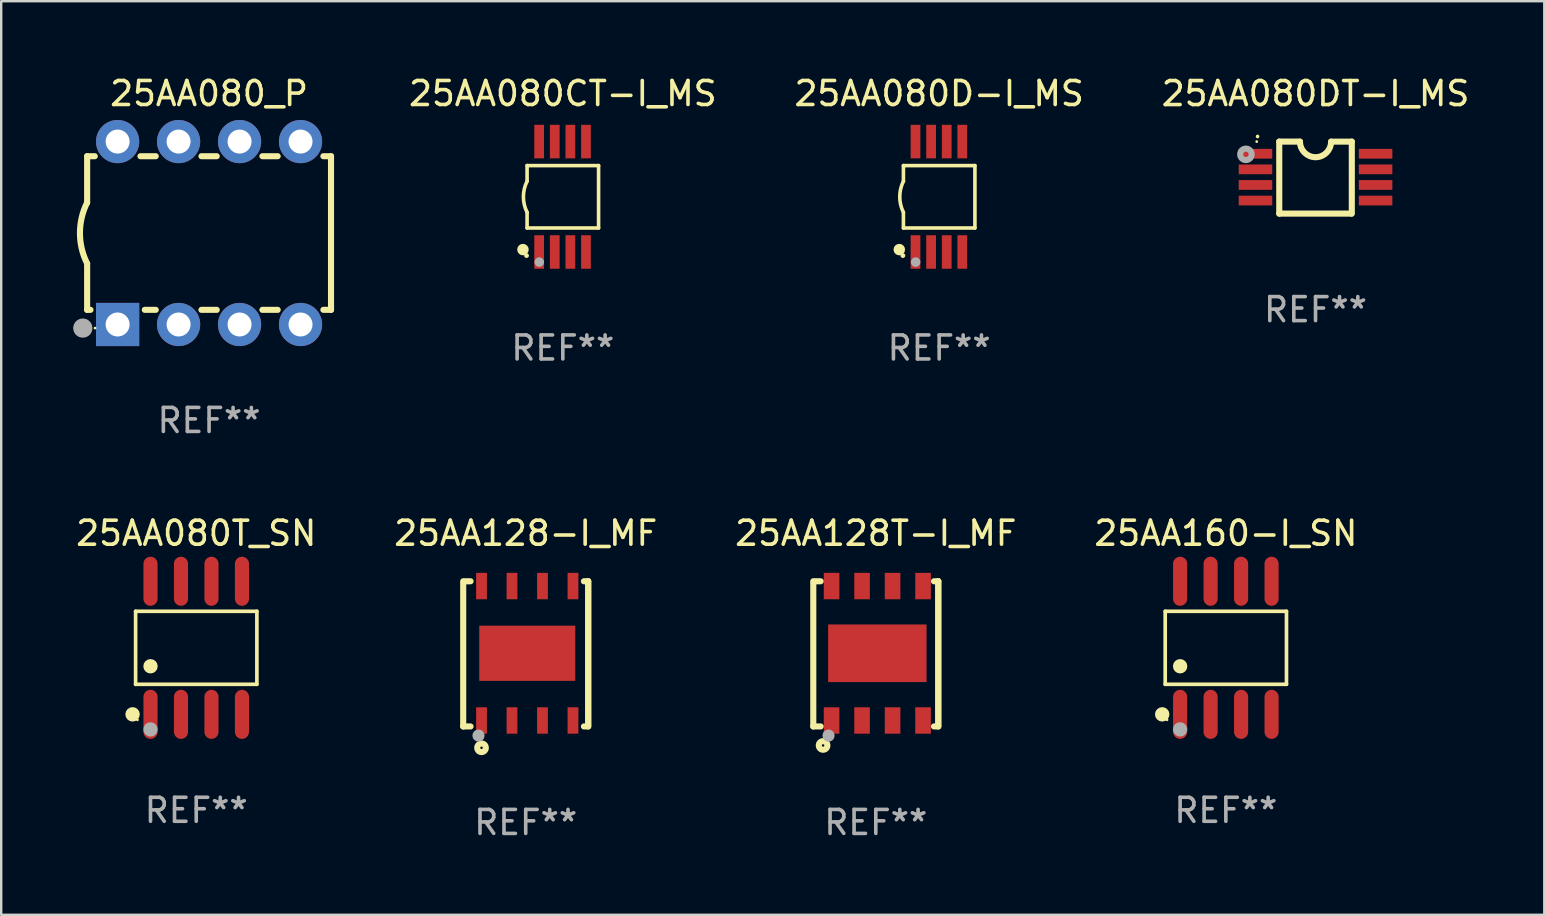
<source format=kicad_pcb>
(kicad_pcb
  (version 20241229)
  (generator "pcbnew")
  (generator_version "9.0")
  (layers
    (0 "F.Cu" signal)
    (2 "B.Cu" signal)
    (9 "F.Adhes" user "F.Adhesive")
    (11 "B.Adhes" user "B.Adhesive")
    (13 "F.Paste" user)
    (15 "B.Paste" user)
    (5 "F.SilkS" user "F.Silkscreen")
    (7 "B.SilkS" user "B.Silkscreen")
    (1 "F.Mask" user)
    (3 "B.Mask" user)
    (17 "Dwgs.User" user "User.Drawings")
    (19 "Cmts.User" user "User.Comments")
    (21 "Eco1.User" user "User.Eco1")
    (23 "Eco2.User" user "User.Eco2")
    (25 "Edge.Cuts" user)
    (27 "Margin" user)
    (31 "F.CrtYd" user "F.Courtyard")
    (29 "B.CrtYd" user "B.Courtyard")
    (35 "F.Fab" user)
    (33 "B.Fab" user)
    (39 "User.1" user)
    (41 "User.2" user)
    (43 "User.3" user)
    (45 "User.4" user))
  (footprint "25AA080CT-I_MS"
    (layer "F.Cu")
    (at 20.397 5.148)
    (property "Reference" "25AA080CT-I_MS" (at 0 -4.3 0) (layer "F.SilkS") (effects (font (size 1 1) (thickness 0.15))))
    (attr through_hole)
    (fp_line (start -1.489 -1.3) (end -1.489 -0.648) (stroke (width 0.15) (type solid)) (layer "F.SilkS"))
    (fp_line (start -1.489 0.648) (end -1.489 1.3) (stroke (width 0.15) (type solid)) (layer "F.SilkS"))
    (fp_line (start -1.489 1.3) (end 1.489 1.3) (stroke (width 0.15) (type solid)) (layer "F.SilkS"))
    (fp_line (start 1.489 -1.3) (end -1.489 -1.3) (stroke (width 0.15) (type solid)) (layer "F.SilkS"))
    (fp_line (start 1.489 1.3) (end 1.489 -1.3) (stroke (width 0.15) (type solid)) (layer "F.SilkS"))
    (fp_arc (start -1.489205 0.647702) (mid -1.642107 0) (end -1.489205 -0.647701) (stroke (width 0.150013) (type solid)) (layer "F.SilkS"))
    (fp_circle (center -1.661 2.2) (end -1.541 2.2) (stroke (width 0.24) (type solid)) (fill no) (layer "F.SilkS"))
    (fp_circle (center -1.511 2.45) (end -1.461 2.45) (stroke (width 0.1) (type solid)) (fill no) (layer "F.SilkS"))
    (fp_circle (center -0.981 2.72) (end -0.881 2.72) (stroke (width 0.2) (type solid)) (fill no) (layer "F.Fab"))
    (fp_text user "REF**" (at 0 6.3 0) (layer "F.Fab") (effects (font (size 1 1) (thickness 0.15))))
    (pad "1" smd rect (at -0.986 2.3) (size 0.406 1.397) (layers "F.Cu" "F.Mask" "F.Paste"))
    (pad "2" smd rect (at -0.336 2.3) (size 0.406 1.397) (layers "F.Cu" "F.Mask" "F.Paste"))
    (pad "3" smd rect (at 0.314 2.3) (size 0.406 1.397) (layers "F.Cu" "F.Mask" "F.Paste"))
    (pad "4" smd rect (at 0.964 2.3) (size 0.406 1.397) (layers "F.Cu" "F.Mask" "F.Paste"))
    (pad "5" smd rect (at 0.964 -2.3) (size 0.406 1.397) (layers "F.Cu" "F.Mask" "F.Paste"))
    (pad "6" smd rect (at 0.314 -2.3) (size 0.406 1.397) (layers "F.Cu" "F.Mask" "F.Paste"))
    (pad "7" smd rect (at -0.336 -2.3) (size 0.406 1.397) (layers "F.Cu" "F.Mask" "F.Paste"))
    (pad "8" smd rect (at -0.986 -2.3) (size 0.406 1.397) (layers "F.Cu" "F.Mask" "F.Paste")))
  (footprint "25AA080_P"
    (layer "F.Cu")
    (at 5.66 6.658)
    (property "Reference" "25AA080_P" (at 0 -5.81 0) (layer "F.SilkS") (effects (font (size 1 1) (thickness 0.15))))
    (attr through_hole)
    (fp_line (start -5.08 -3.2) (end -4.762 -3.2) (stroke (width 0.254) (type solid)) (layer "F.SilkS"))
    (fp_line (start -5.08 -1.27) (end -5.08 -3.2) (stroke (width 0.254) (type solid)) (layer "F.SilkS"))
    (fp_line (start -5.08 3.2) (end -5.08 1.27) (stroke (width 0.254) (type solid)) (layer "F.SilkS"))
    (fp_line (start -5.08 3.2) (end -4.941 3.2) (stroke (width 0.254) (type solid)) (layer "F.SilkS"))
    (fp_line (start -2.858 -3.2) (end -2.222 -3.2) (stroke (width 0.254) (type solid)) (layer "F.SilkS"))
    (fp_line (start -2.679 3.2) (end -2.222 3.2) (stroke (width 0.254) (type solid)) (layer "F.SilkS"))
    (fp_line (start -0.318 -3.2) (end 0.318 -3.2) (stroke (width 0.254) (type solid)) (layer "F.SilkS"))
    (fp_line (start -0.318 3.2) (end 0.318 3.2) (stroke (width 0.254) (type solid)) (layer "F.SilkS"))
    (fp_line (start 2.222 -3.2) (end 2.858 -3.2) (stroke (width 0.254) (type solid)) (layer "F.SilkS"))
    (fp_line (start 2.222 3.2) (end 2.858 3.2) (stroke (width 0.254) (type solid)) (layer "F.SilkS"))
    (fp_line (start 4.762 -3.2) (end 5.08 -3.2) (stroke (width 0.254) (type solid)) (layer "F.SilkS"))
    (fp_line (start 4.762 3.2) (end 5.08 3.2) (stroke (width 0.254) (type solid)) (layer "F.SilkS"))
    (fp_line (start 5.08 3.2) (end 5.08 -3.2) (stroke (width 0.254) (type solid)) (layer "F.SilkS"))
    (fp_arc (start -5.080011 1.270002) (mid -5.379818 -0.000001) (end -5.08001 -1.270003) (stroke (width 0.254001) (type solid)) (layer "F.SilkS"))
    (fp_circle (center -4.75 3.96) (end -4.72 3.96) (stroke (width 0.06) (type solid)) (fill no) (layer "F.SilkS"))
    (fp_circle (center -5.26 3.96) (end -5.06 3.96) (stroke (width 0.4) (type solid)) (fill no) (layer "F.Fab"))
    (fp_text user "REF**" (at 0 7.81 0) (layer "F.Fab") (effects (font (size 1 1) (thickness 0.15))))
    (pad "1" thru_hole rect (at -3.81 3.81) (size 1.8 1.8) (drill 1) (layers "*.Cu" "*.Mask"))
    (pad "2" thru_hole circle (at -1.27 3.81) (size 1.8 1.8) (drill 1) (layers "*.Cu" "*.Mask"))
    (pad "3" thru_hole circle (at 1.27 3.81) (size 1.8 1.8) (drill 1) (layers "*.Cu" "*.Mask"))
    (pad "4" thru_hole circle (at 3.81 3.81) (size 1.8 1.8) (drill 1) (layers "*.Cu" "*.Mask"))
    (pad "5" thru_hole circle (at 3.81 -3.81) (size 1.8 1.8) (drill 1) (layers "*.Cu" "*.Mask"))
    (pad "6" thru_hole circle (at 1.27 -3.81) (size 1.8 1.8) (drill 1) (layers "*.Cu" "*.Mask"))
    (pad "7" thru_hole circle (at -1.27 -3.81) (size 1.8 1.8) (drill 1) (layers "*.Cu" "*.Mask"))
    (pad "8" thru_hole circle (at -3.81 -3.81) (size 1.8 1.8) (drill 1) (layers "*.Cu" "*.Mask")))
  (footprint "25AA080DT-I_MS"
    (layer "F.Cu")
    (at 51.754 4.35)
    (property "Reference" "25AA080DT-I_MS" (at 0 -3.501 0) (layer "F.SilkS") (effects (font (size 1 1) (thickness 0.15))))
    (attr through_hole)
    (fp_line (start -1.511 -1.501) (end -1.511 1.499) (stroke (width 0.254) (type solid)) (layer "F.SilkS"))
    (fp_line (start -1.511 -1.501) (end -0.648 -1.501) (stroke (width 0.254) (type solid)) (layer "F.SilkS"))
    (fp_line (start -1.511 1.499) (end 1.489 1.499) (stroke (width 0.254) (type solid)) (layer "F.SilkS"))
    (fp_line (start 0.648 -1.499) (end 1.511 -1.499) (stroke (width 0.254) (type solid)) (layer "F.SilkS"))
    (fp_line (start 1.511 -1.499) (end 1.511 1.501) (stroke (width 0.254) (type solid)) (layer "F.SilkS"))
    (fp_arc (start -2.41491 -1.713233) (mid -2.414916 -1.714503) (end -2.41491 -1.715773) (stroke (width 0.150013) (type solid)) (layer "F.SilkS"))
    (fp_arc (start 0.647803 -1.498603) (mid 0.000102 -0.850902) (end -0.647599 -1.498603) (stroke (width 0.254001) (type solid)) (layer "F.SilkS"))
    (fp_circle (center -2.45 -1.501) (end -2.42 -1.501) (stroke (width 0.06) (type solid)) (fill no) (layer "F.SilkS"))
    (fp_circle (center -2.9 -0.97) (end -2.788 -0.97) (stroke (width 0.254) (type solid)) (fill no) (layer "F.Fab"))
    (fp_text user "REF**" (at 0 5.501 0) (layer "F.Fab") (effects (font (size 1 1) (thickness 0.15))))
    (pad "1" smd rect (at -2.502 -0.995) (size 1.397 0.406) (layers "F.Cu" "F.Mask" "F.Paste"))
    (pad "2" smd rect (at -2.502 -0.345) (size 1.397 0.406) (layers "F.Cu" "F.Mask" "F.Paste"))
    (pad "3" smd rect (at -2.502 0.305) (size 1.397 0.406) (layers "F.Cu" "F.Mask" "F.Paste"))
    (pad "4" smd rect (at -2.502 0.955) (size 1.397 0.406) (layers "F.Cu" "F.Mask" "F.Paste"))
    (pad "5" smd rect (at 2.502 0.955) (size 1.397 0.406) (layers "F.Cu" "F.Mask" "F.Paste"))
    (pad "6" smd rect (at 2.502 0.305) (size 1.397 0.406) (layers "F.Cu" "F.Mask" "F.Paste"))
    (pad "7" smd rect (at 2.502 -0.345) (size 1.397 0.406) (layers "F.Cu" "F.Mask" "F.Paste"))
    (pad "8" smd rect (at 2.502 -0.995) (size 1.397 0.406) (layers "F.Cu" "F.Mask" "F.Paste")))
  (footprint "25AA128-I_MF"
    (layer "F.Cu")
    (at 18.851 24.189)
    (property "Reference" "25AA128-I_MF" (at 0 -5.024 0) (layer "F.SilkS") (effects (font (size 1 1) (thickness 0.15))))
    (attr through_hole)
    (fp_line (start -2.604 -2.945) (end -2.604 3.024) (stroke (width 0.254) (type solid)) (layer "F.SilkS"))
    (fp_line (start -2.604 3.024) (end -2.298 3.024) (stroke (width 0.254) (type solid)) (layer "F.SilkS"))
    (fp_line (start -2.298 -3.024) (end -2.604 -3.024) (stroke (width 0.254) (type solid)) (layer "F.SilkS"))
    (fp_line (start 2.425 3.024) (end 2.604 3.024) (stroke (width 0.254) (type solid)) (layer "F.SilkS"))
    (fp_line (start 2.604 -3.024) (end 2.425 -3.024) (stroke (width 0.254) (type solid)) (layer "F.SilkS"))
    (fp_line (start 2.604 -3.024) (end 2.604 2.976) (stroke (width 0.254) (type solid)) (layer "F.SilkS"))
    (fp_line (start 2.604 3.024) (end 2.604 -3.024) (stroke (width 0.254) (type solid)) (layer "F.SilkS"))
    (fp_circle (center -2.436 2.976) (end -2.406 2.976) (stroke (width 0.06) (type solid)) (fill no) (layer "F.SilkS"))
    (fp_circle (center -1.841 3.913) (end -1.662 3.913) (stroke (width 0.254) (type solid)) (fill no) (layer "F.SilkS"))
    (fp_circle (center -1.968 3.405) (end -1.841 3.405) (stroke (width 0.254) (type solid)) (fill no) (layer "F.Fab"))
    (fp_text user "REF**" (at 0 7.024 0) (layer "F.Fab") (effects (font (size 1 1) (thickness 0.15))))
    (pad "1" smd rect (at -1.841 2.776) (size 0.45 1.1) (layers "F.Cu" "F.Mask" "F.Paste"))
    (pad "2" smd rect (at -0.571 2.776) (size 0.45 1.1) (layers "F.Cu" "F.Mask" "F.Paste"))
    (pad "3" smd rect (at 0.699 2.776) (size 0.45 1.1) (layers "F.Cu" "F.Mask" "F.Paste"))
    (pad "4" smd rect (at 1.969 2.776) (size 0.45 1.1) (layers "F.Cu" "F.Mask" "F.Paste"))
    (pad "5" smd rect (at 1.969 -2.824) (size 0.45 1.1) (layers "F.Cu" "F.Mask" "F.Paste"))
    (pad "6" smd rect (at 0.699 -2.824) (size 0.45 1.1) (layers "F.Cu" "F.Mask" "F.Paste"))
    (pad "7" smd rect (at -0.571 -2.824) (size 0.45 1.1) (layers "F.Cu" "F.Mask" "F.Paste"))
    (pad "8" smd rect (at -1.841 -2.824) (size 0.45 1.1) (layers "F.Cu" "F.Mask" "F.Paste"))
    (pad "9" smd rect (at 0.064 -0.024) (size 4 2.3) (layers "F.Cu" "F.Mask" "F.Paste")))
  (footprint "25AA080T_SN"
    (layer "F.Cu")
    (at 5.125 23.937)
    (property "Reference" "25AA080T_SN" (at 0 -4.772 0) (layer "F.SilkS") (effects (font (size 1 1) (thickness 0.15))))
    (attr through_hole)
    (fp_line (start -2.526 -1.521) (end 2.526 -1.521) (stroke (width 0.152) (type solid)) (layer "F.SilkS"))
    (fp_line (start -2.526 1.521) (end -2.526 -1.521) (stroke (width 0.152) (type solid)) (layer "F.SilkS"))
    (fp_line (start 2.526 -1.521) (end 2.526 1.521) (stroke (width 0.152) (type solid)) (layer "F.SilkS"))
    (fp_line (start 2.526 1.521) (end -2.526 1.521) (stroke (width 0.152) (type solid)) (layer "F.SilkS"))
    (fp_circle (center -2.652 2.772) (end -2.501 2.772) (stroke (width 0.3) (type solid)) (fill no) (layer "F.SilkS"))
    (fp_circle (center -2.45 3) (end -2.42 3) (stroke (width 0.06) (type solid)) (fill no) (layer "F.SilkS"))
    (fp_circle (center -1.905 0.769) (end -1.755 0.769) (stroke (width 0.3) (type solid)) (fill no) (layer "F.SilkS"))
    (fp_circle (center -1.905 3.4) (end -1.755 3.4) (stroke (width 0.3) (type solid)) (fill no) (layer "F.Fab"))
    (fp_text user "REF**" (at 0 6.772 0) (layer "F.Fab") (effects (font (size 1 1) (thickness 0.15))))
    (pad "1" smd oval (at -1.905 2.772) (size 0.588 2.045) (layers "F.Cu" "F.Mask" "F.Paste"))
    (pad "2" smd oval (at -0.635 2.772) (size 0.588 2.045) (layers "F.Cu" "F.Mask" "F.Paste"))
    (pad "3" smd oval (at 0.635 2.772) (size 0.588 2.045) (layers "F.Cu" "F.Mask" "F.Paste"))
    (pad "4" smd oval (at 1.905 2.772) (size 0.588 2.045) (layers "F.Cu" "F.Mask" "F.Paste"))
    (pad "5" smd oval (at 1.905 -2.772) (size 0.588 2.045) (layers "F.Cu" "F.Mask" "F.Paste"))
    (pad "6" smd oval (at 0.635 -2.772) (size 0.588 2.045) (layers "F.Cu" "F.Mask" "F.Paste"))
    (pad "7" smd oval (at -0.635 -2.772) (size 0.588 2.045) (layers "F.Cu" "F.Mask" "F.Paste"))
    (pad "8" smd oval (at -1.905 -2.772) (size 0.588 2.045) (layers "F.Cu" "F.Mask" "F.Paste")))
  (footprint "25AA160-I_SN"
    (layer "F.Cu")
    (at 48.018 23.937)
    (property "Reference" "25AA160-I_SN" (at 0 -4.772 0) (layer "F.SilkS") (effects (font (size 1 1) (thickness 0.15))))
    (attr through_hole)
    (fp_line (start -2.526 -1.521) (end 2.526 -1.521) (stroke (width 0.152) (type solid)) (layer "F.SilkS"))
    (fp_line (start -2.526 1.521) (end -2.526 -1.521) (stroke (width 0.152) (type solid)) (layer "F.SilkS"))
    (fp_line (start 2.526 -1.521) (end 2.526 1.521) (stroke (width 0.152) (type solid)) (layer "F.SilkS"))
    (fp_line (start 2.526 1.521) (end -2.526 1.521) (stroke (width 0.152) (type solid)) (layer "F.SilkS"))
    (fp_circle (center -2.652 2.772) (end -2.501 2.772) (stroke (width 0.3) (type solid)) (fill no) (layer "F.SilkS"))
    (fp_circle (center -2.45 3) (end -2.42 3) (stroke (width 0.06) (type solid)) (fill no) (layer "F.SilkS"))
    (fp_circle (center -1.905 0.769) (end -1.755 0.769) (stroke (width 0.3) (type solid)) (fill no) (layer "F.SilkS"))
    (fp_circle (center -1.905 3.4) (end -1.755 3.4) (stroke (width 0.3) (type solid)) (fill no) (layer "F.Fab"))
    (fp_text user "REF**" (at 0 6.772 0) (layer "F.Fab") (effects (font (size 1 1) (thickness 0.15))))
    (pad "1" smd oval (at -1.905 2.772) (size 0.588 2.045) (layers "F.Cu" "F.Mask" "F.Paste"))
    (pad "2" smd oval (at -0.635 2.772) (size 0.588 2.045) (layers "F.Cu" "F.Mask" "F.Paste"))
    (pad "3" smd oval (at 0.635 2.772) (size 0.588 2.045) (layers "F.Cu" "F.Mask" "F.Paste"))
    (pad "4" smd oval (at 1.905 2.772) (size 0.588 2.045) (layers "F.Cu" "F.Mask" "F.Paste"))
    (pad "5" smd oval (at 1.905 -2.772) (size 0.588 2.045) (layers "F.Cu" "F.Mask" "F.Paste"))
    (pad "6" smd oval (at 0.635 -2.772) (size 0.588 2.045) (layers "F.Cu" "F.Mask" "F.Paste"))
    (pad "7" smd oval (at -0.635 -2.772) (size 0.588 2.045) (layers "F.Cu" "F.Mask" "F.Paste"))
    (pad "8" smd oval (at -1.905 -2.772) (size 0.588 2.045) (layers "F.Cu" "F.Mask" "F.Paste")))
  (footprint "25AA080D-I_MS"
    (layer "F.Cu")
    (at 36.075 5.148)
    (property "Reference" "25AA080D-I_MS" (at 0 -4.3 0) (layer "F.SilkS") (effects (font (size 1 1) (thickness 0.15))))
    (attr through_hole)
    (fp_line (start -1.489 -1.3) (end -1.489 -0.648) (stroke (width 0.15) (type solid)) (layer "F.SilkS"))
    (fp_line (start -1.489 0.648) (end -1.489 1.3) (stroke (width 0.15) (type solid)) (layer "F.SilkS"))
    (fp_line (start -1.489 1.3) (end 1.489 1.3) (stroke (width 0.15) (type solid)) (layer "F.SilkS"))
    (fp_line (start 1.489 -1.3) (end -1.489 -1.3) (stroke (width 0.15) (type solid)) (layer "F.SilkS"))
    (fp_line (start 1.489 1.3) (end 1.489 -1.3) (stroke (width 0.15) (type solid)) (layer "F.SilkS"))
    (fp_arc (start -1.489205 0.647702) (mid -1.642107 0) (end -1.489205 -0.647701) (stroke (width 0.150013) (type solid)) (layer "F.SilkS"))
    (fp_circle (center -1.661 2.2) (end -1.541 2.2) (stroke (width 0.24) (type solid)) (fill no) (layer "F.SilkS"))
    (fp_circle (center -1.511 2.45) (end -1.461 2.45) (stroke (width 0.1) (type solid)) (fill no) (layer "F.SilkS"))
    (fp_circle (center -0.981 2.72) (end -0.881 2.72) (stroke (width 0.2) (type solid)) (fill no) (layer "F.Fab"))
    (fp_text user "REF**" (at 0 6.3 0) (layer "F.Fab") (effects (font (size 1 1) (thickness 0.15))))
    (pad "1" smd rect (at -0.986 2.3) (size 0.406 1.397) (layers "F.Cu" "F.Mask" "F.Paste"))
    (pad "2" smd rect (at -0.336 2.3) (size 0.406 1.397) (layers "F.Cu" "F.Mask" "F.Paste"))
    (pad "3" smd rect (at 0.314 2.3) (size 0.406 1.397) (layers "F.Cu" "F.Mask" "F.Paste"))
    (pad "4" smd rect (at 0.964 2.3) (size 0.406 1.397) (layers "F.Cu" "F.Mask" "F.Paste"))
    (pad "5" smd rect (at 0.964 -2.3) (size 0.406 1.397) (layers "F.Cu" "F.Mask" "F.Paste"))
    (pad "6" smd rect (at 0.314 -2.3) (size 0.406 1.397) (layers "F.Cu" "F.Mask" "F.Paste"))
    (pad "7" smd rect (at -0.336 -2.3) (size 0.406 1.397) (layers "F.Cu" "F.Mask" "F.Paste"))
    (pad "8" smd rect (at -0.986 -2.3) (size 0.406 1.397) (layers "F.Cu" "F.Mask" "F.Paste")))
  (footprint "25AA128T-I_MF"
    (layer "F.Cu")
    (at 33.435 24.189)
    (property "Reference" "25AA128T-I_MF" (at 0 -5.024 0) (layer "F.SilkS") (effects (font (size 1 1) (thickness 0.15))))
    (attr through_hole)
    (fp_line (start -2.604 -2.945) (end -2.604 3.024) (stroke (width 0.254) (type solid)) (layer "F.SilkS"))
    (fp_line (start -2.604 3.024) (end -2.298 3.024) (stroke (width 0.254) (type solid)) (layer "F.SilkS"))
    (fp_line (start -2.298 -3.024) (end -2.604 -3.024) (stroke (width 0.254) (type solid)) (layer "F.SilkS"))
    (fp_line (start 2.425 3.024) (end 2.604 3.024) (stroke (width 0.254) (type solid)) (layer "F.SilkS"))
    (fp_line (start 2.604 -3.024) (end 2.425 -3.024) (stroke (width 0.254) (type solid)) (layer "F.SilkS"))
    (fp_line (start 2.604 -3.024) (end 2.604 2.976) (stroke (width 0.254) (type solid)) (layer "F.SilkS"))
    (fp_line (start 2.604 3.024) (end 2.604 -3.024) (stroke (width 0.254) (type solid)) (layer "F.SilkS"))
    (fp_circle (center -2.437 2.976) (end -2.407 2.976) (stroke (width 0.06) (type solid)) (fill no) (layer "F.SilkS"))
    (fp_circle (center -2.196 3.816) (end -2.017 3.816) (stroke (width 0.254) (type solid)) (fill no) (layer "F.SilkS"))
    (fp_circle (center -1.969 3.405) (end -1.842 3.405) (stroke (width 0.254) (type solid)) (fill no) (layer "F.Fab"))
    (fp_text user "REF**" (at 0 7.024 0) (layer "F.Fab") (effects (font (size 1 1) (thickness 0.15))))
    (pad "1" smd rect (at -1.842 2.776) (size 0.65 1.1) (layers "F.Cu" "F.Mask" "F.Paste"))
    (pad "2" smd rect (at -0.572 2.776) (size 0.65 1.1) (layers "F.Cu" "F.Mask" "F.Paste"))
    (pad "3" smd rect (at 0.699 2.776) (size 0.65 1.1) (layers "F.Cu" "F.Mask" "F.Paste"))
    (pad "4" smd rect (at 1.969 2.776) (size 0.65 1.1) (layers "F.Cu" "F.Mask" "F.Paste"))
    (pad "5" smd rect (at 1.969 -2.824) (size 0.65 1.1) (layers "F.Cu" "F.Mask" "F.Paste"))
    (pad "6" smd rect (at 0.699 -2.824) (size 0.65 1.1) (layers "F.Cu" "F.Mask" "F.Paste"))
    (pad "7" smd rect (at -0.572 -2.824) (size 0.65 1.1) (layers "F.Cu" "F.Mask" "F.Paste"))
    (pad "8" smd rect (at -1.842 -2.824) (size 0.65 1.1) (layers "F.Cu" "F.Mask" "F.Paste"))
    (pad "9" smd rect (at 0.064 -0.024) (size 4.1 2.4) (layers "F.Cu" "F.Mask" "F.Paste")))
  (gr_rect
    (start -3 -3)
    (end 61.284 35.061)
    (stroke (width 0.1) (type default))
    (fill no)
    (layer "Edge.Cuts")))
</source>
